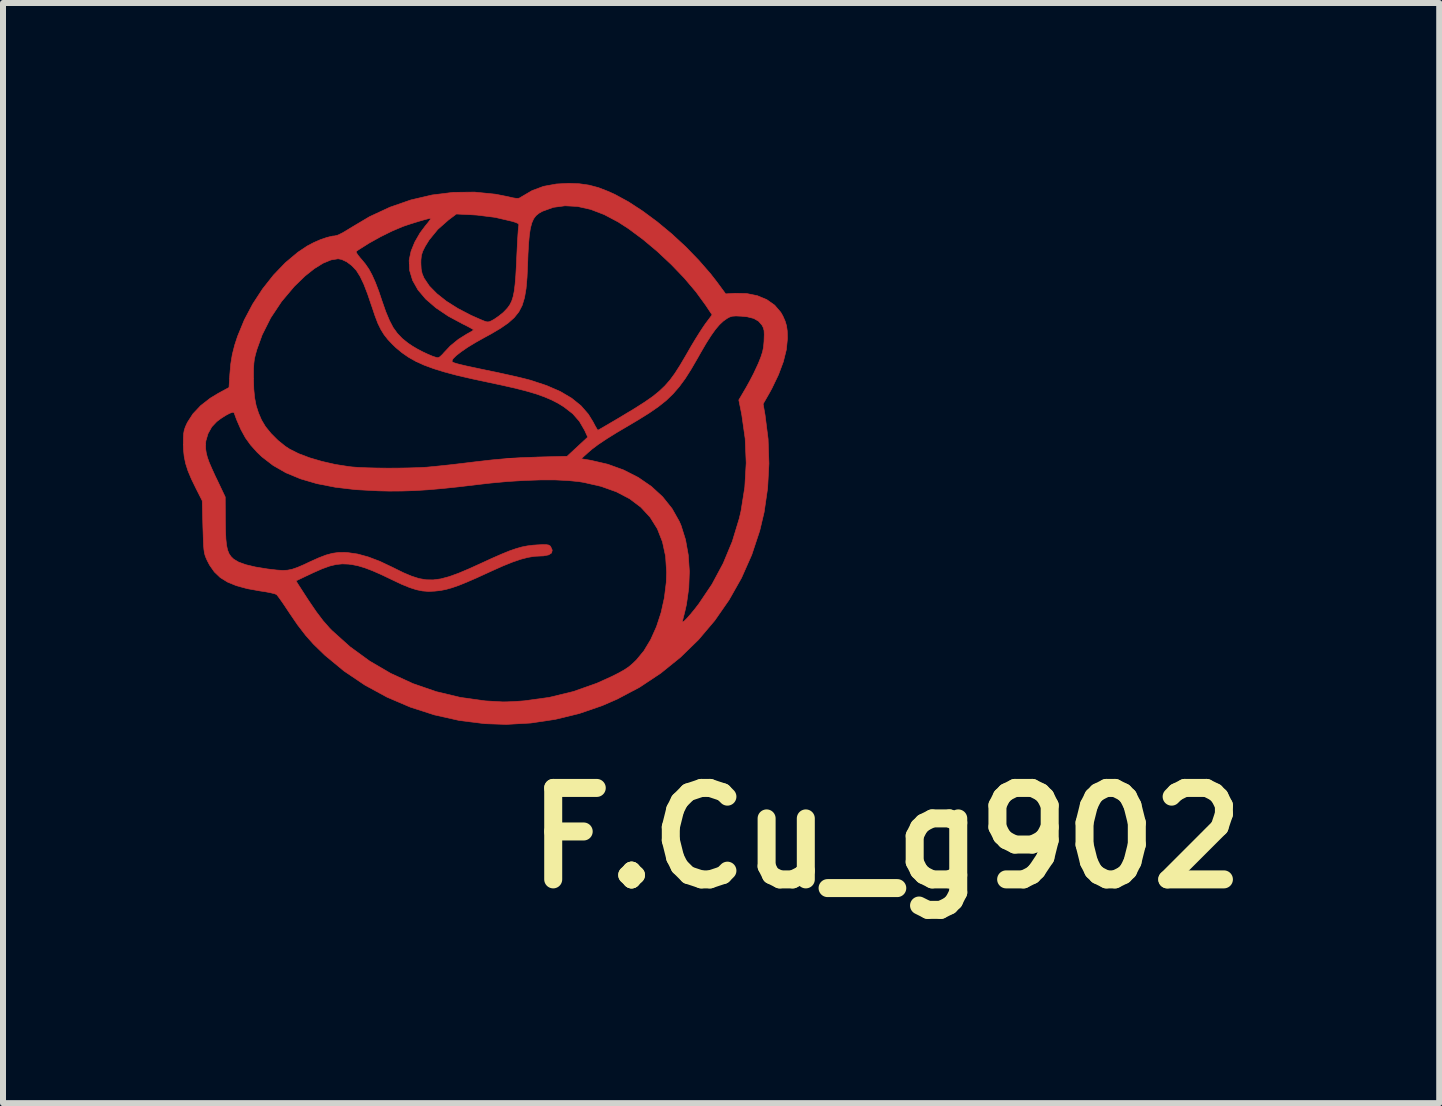
<source format=kicad_pcb>
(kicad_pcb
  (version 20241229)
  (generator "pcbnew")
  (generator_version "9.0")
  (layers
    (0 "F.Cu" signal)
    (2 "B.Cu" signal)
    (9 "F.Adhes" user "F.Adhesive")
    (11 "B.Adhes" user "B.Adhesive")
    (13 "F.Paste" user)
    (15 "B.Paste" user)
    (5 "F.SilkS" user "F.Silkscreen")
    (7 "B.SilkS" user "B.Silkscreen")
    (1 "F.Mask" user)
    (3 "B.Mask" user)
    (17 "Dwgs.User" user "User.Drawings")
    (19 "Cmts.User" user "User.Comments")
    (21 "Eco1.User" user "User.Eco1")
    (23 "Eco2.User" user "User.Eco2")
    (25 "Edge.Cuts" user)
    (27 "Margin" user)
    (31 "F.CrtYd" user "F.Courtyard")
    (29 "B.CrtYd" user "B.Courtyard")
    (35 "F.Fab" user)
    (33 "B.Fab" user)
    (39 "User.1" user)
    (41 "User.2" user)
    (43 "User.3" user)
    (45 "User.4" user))
  (footprint "F.Cu_g902"
    (layer "F.Cu")
    (at 11.72 10.914)
    (property "Reference" "F.Cu_g902" (at 0 0 0) (layer "F.SilkS") (effects (font (size 1.524 1.524) (thickness 0.3))))
    (attr through_hole)
    (fp_poly (pts (xy -5.115 -10.902) (xy -4.954 -10.879) (xy -4.796 -10.837) (xy -4.627 -10.771) (xy -4.52 -10.722) (xy -4.296 -10.6) (xy -4.06 -10.446) (xy -3.818 -10.267) (xy -3.577 -10.067) (xy -3.344 -9.852) (xy -3.127 -9.628) (xy -2.93 -9.402) (xy -2.826 -9.268) (xy -2.678 -9.067) (xy -2.524 -9.077) (xy -2.329 -9.073) (xy -2.151 -9.037) (xy -1.994 -8.972) (xy -1.862 -8.879) (xy -1.76 -8.76) (xy -1.726 -8.701) (xy -1.688 -8.615) (xy -1.664 -8.536) (xy -1.652 -8.45) (xy -1.649 -8.339) (xy -1.649 -8.319) (xy -1.667 -8.138) (xy -1.717 -7.937) (xy -1.798 -7.72) (xy -1.908 -7.491) (xy -1.958 -7.4) (xy -2.054 -7.233) (xy -2.022 -7.051) (xy -1.971 -6.649) (xy -1.957 -6.239) (xy -1.979 -5.83) (xy -2.037 -5.43) (xy -2.11 -5.122) (xy -2.243 -4.72) (xy -2.414 -4.334) (xy -2.621 -3.968) (xy -2.86 -3.624) (xy -3.131 -3.304) (xy -3.432 -3.011) (xy -3.759 -2.747) (xy -4.111 -2.513) (xy -4.487 -2.314) (xy -4.735 -2.206) (xy -5.119 -2.074) (xy -5.518 -1.977) (xy -5.926 -1.916) (xy -6.333 -1.893) (xy -6.689 -1.905) (xy -7.114 -1.958) (xy -7.53 -2.051) (xy -7.933 -2.181) (xy -8.321 -2.347) (xy -8.69 -2.548) (xy -9.037 -2.782) (xy -9.359 -3.048) (xy -9.549 -3.233) (xy -9.676 -3.376) (xy -9.81 -3.55) (xy -9.931 -3.727) (xy -9.999 -3.829) (xy -10.06 -3.92) (xy -10.111 -3.992) (xy -10.147 -4.04) (xy -10.161 -4.057) (xy -10.194 -4.07) (xy -10.258 -4.086) (xy -10.345 -4.103) (xy -10.431 -4.116) (xy -10.649 -4.155) (xy -10.83 -4.204) (xy -10.979 -4.265) (xy -11.1 -4.34) (xy -11.198 -4.434) (xy -11.278 -4.548) (xy -11.318 -4.625) (xy -11.338 -4.67) (xy -11.353 -4.71) (xy -11.364 -4.754) (xy -11.372 -4.809) (xy -11.378 -4.88) (xy -11.382 -4.977) (xy -11.386 -5.104) (xy -11.389 -5.186) (xy -11.4 -5.62) (xy -11.501 -5.819) (xy -11.58 -5.981) (xy -11.638 -6.119) (xy -11.677 -6.241) (xy -11.701 -6.358) (xy -11.713 -6.479) (xy -11.715 -6.552) (xy -11.345 -6.552) (xy -11.343 -6.483) (xy -11.333 -6.416) (xy -11.315 -6.345) (xy -11.285 -6.26) (xy -11.24 -6.156) (xy -11.18 -6.024) (xy -11.158 -5.98) (xy -11.017 -5.683) (xy -11.015 -5.287) (xy -11.012 -5.116) (xy -11.006 -4.982) (xy -10.995 -4.878) (xy -10.978 -4.799) (xy -10.953 -4.737) (xy -10.92 -4.689) (xy -10.877 -4.647) (xy -10.795 -4.598) (xy -10.673 -4.554) (xy -10.513 -4.516) (xy -10.317 -4.484) (xy -10.276 -4.479) (xy -10.156 -4.465) (xy -10.06 -4.459) (xy -9.978 -4.463) (xy -9.9 -4.479) (xy -9.813 -4.509) (xy -9.708 -4.554) (xy -9.609 -4.601) (xy -9.46 -4.668) (xy -9.338 -4.715) (xy -9.231 -4.744) (xy -9.13 -4.758) (xy -9.025 -4.759) (xy -8.976 -4.756) (xy -8.81 -4.732) (xy -8.635 -4.684) (xy -8.442 -4.611) (xy -8.227 -4.509) (xy -8.203 -4.497) (xy -8.049 -4.421) (xy -7.914 -4.364) (xy -7.79 -4.324) (xy -7.671 -4.303) (xy -7.552 -4.301) (xy -7.426 -4.318) (xy -7.287 -4.355) (xy -7.129 -4.412) (xy -6.947 -4.489) (xy -6.747 -4.58) (xy -6.564 -4.664) (xy -6.411 -4.731) (xy -6.284 -4.783) (xy -6.174 -4.821) (xy -6.077 -4.849) (xy -5.986 -4.867) (xy -5.893 -4.879) (xy -5.823 -4.884) (xy -5.728 -4.889) (xy -5.666 -4.888) (xy -5.629 -4.882) (xy -5.606 -4.869) (xy -5.595 -4.857) (xy -5.568 -4.797) (xy -5.579 -4.75) (xy -5.628 -4.718) (xy -5.713 -4.701) (xy -5.766 -4.699) (xy -5.867 -4.694) (xy -5.974 -4.676) (xy -6.093 -4.645) (xy -6.23 -4.598) (xy -6.389 -4.534) (xy -6.577 -4.45) (xy -6.651 -4.416) (xy -6.839 -4.33) (xy -6.996 -4.262) (xy -7.127 -4.209) (xy -7.24 -4.17) (xy -7.34 -4.142) (xy -7.432 -4.124) (xy -7.524 -4.114) (xy -7.63 -4.109) (xy -7.731 -4.117) (xy -7.834 -4.138) (xy -7.948 -4.175) (xy -8.082 -4.23) (xy -8.242 -4.306) (xy -8.244 -4.307) (xy -8.42 -4.391) (xy -8.566 -4.455) (xy -8.69 -4.502) (xy -8.799 -4.535) (xy -8.901 -4.556) (xy -8.963 -4.564) (xy -9.066 -4.568) (xy -9.168 -4.558) (xy -9.276 -4.532) (xy -9.401 -4.487) (xy -9.551 -4.421) (xy -9.578 -4.408) (xy -9.672 -4.364) (xy -9.751 -4.326) (xy -9.808 -4.299) (xy -9.835 -4.286) (xy -9.837 -4.286) (xy -9.827 -4.268) (xy -9.798 -4.221) (xy -9.752 -4.15) (xy -9.694 -4.06) (xy -9.627 -3.957) (xy -9.501 -3.772) (xy -9.386 -3.62) (xy -9.277 -3.496) (xy -9.241 -3.459) (xy -8.938 -3.187) (xy -8.61 -2.948) (xy -8.259 -2.743) (xy -7.889 -2.573) (xy -7.501 -2.439) (xy -7.099 -2.343) (xy -6.685 -2.285) (xy -6.392 -2.268) (xy -6.322 -2.269) (xy -6.225 -2.273) (xy -6.114 -2.28) (xy -6.032 -2.286) (xy -5.619 -2.343) (xy -5.216 -2.441) (xy -4.825 -2.579) (xy -4.575 -2.692) (xy -4.456 -2.752) (xy -4.366 -2.803) (xy -4.294 -2.851) (xy -4.23 -2.905) (xy -4.167 -2.965) (xy -4.04 -3.119) (xy -3.927 -3.307) (xy -3.831 -3.521) (xy -3.754 -3.756) (xy -3.699 -4.004) (xy -3.668 -4.258) (xy -3.662 -4.427) (xy -3.679 -4.694) (xy -3.731 -4.935) (xy -3.816 -5.152) (xy -3.936 -5.344) (xy -4.09 -5.511) (xy -4.278 -5.653) (xy -4.5 -5.769) (xy -4.755 -5.86) (xy -5.044 -5.926) (xy -5.125 -5.939) (xy -5.305 -5.957) (xy -5.52 -5.967) (xy -5.764 -5.967) (xy -6.029 -5.958) (xy -6.309 -5.941) (xy -6.599 -5.914) (xy -6.826 -5.888) (xy -7.127 -5.852) (xy -7.394 -5.824) (xy -7.635 -5.803) (xy -7.86 -5.789) (xy -8.074 -5.782) (xy -8.288 -5.781) (xy -8.465 -5.785) (xy -8.842 -5.805) (xy -9.182 -5.845) (xy -9.489 -5.905) (xy -9.762 -5.985) (xy -10.006 -6.086) (xy -10.22 -6.209) (xy -10.408 -6.354) (xy -10.488 -6.431) (xy -10.593 -6.548) (xy -10.681 -6.67) (xy -10.756 -6.807) (xy -10.827 -6.97) (xy -10.87 -7.088) (xy -10.892 -7.095) (xy -10.941 -7.078) (xy -11.009 -7.042) (xy -11.09 -6.99) (xy -11.158 -6.939) (xy -11.241 -6.851) (xy -11.304 -6.738) (xy -11.34 -6.616) (xy -11.345 -6.552) (xy -11.715 -6.552) (xy -11.715 -6.562) (xy -11.714 -6.665) (xy -11.71 -6.738) (xy -11.7 -6.795) (xy -11.682 -6.849) (xy -11.653 -6.913) (xy -11.647 -6.925) (xy -11.555 -7.068) (xy -11.426 -7.205) (xy -11.265 -7.33) (xy -11.133 -7.41) (xy -10.954 -7.507) (xy -10.941 -7.711) (xy -10.546 -7.711) (xy -10.546 -7.658) (xy -10.541 -7.481) (xy -10.527 -7.335) (xy -10.502 -7.206) (xy -10.463 -7.084) (xy -10.413 -6.967) (xy -10.347 -6.856) (xy -10.252 -6.739) (xy -10.139 -6.626) (xy -10.017 -6.528) (xy -9.942 -6.479) (xy -9.792 -6.404) (xy -9.609 -6.335) (xy -9.403 -6.275) (xy -9.184 -6.225) (xy -8.961 -6.19) (xy -8.901 -6.183) (xy -8.792 -6.175) (xy -8.651 -6.169) (xy -8.487 -6.165) (xy -8.309 -6.163) (xy -8.128 -6.164) (xy -7.954 -6.167) (xy -7.795 -6.172) (xy -7.662 -6.179) (xy -7.631 -6.182) (xy -7.535 -6.191) (xy -7.408 -6.204) (xy -7.258 -6.22) (xy -7.095 -6.239) (xy -6.93 -6.259) (xy -6.847 -6.269) (xy -6.577 -6.3) (xy -6.354 -6.32) (xy -5.085 -6.32) (xy -4.927 -6.294) (xy -4.642 -6.228) (xy -4.377 -6.132) (xy -4.134 -6.008) (xy -3.917 -5.859) (xy -3.728 -5.685) (xy -3.572 -5.49) (xy -3.451 -5.276) (xy -3.42 -5.204) (xy -3.347 -4.971) (xy -3.301 -4.715) (xy -3.283 -4.443) (xy -3.293 -4.167) (xy -3.331 -3.894) (xy -3.357 -3.778) (xy -3.376 -3.703) (xy -3.392 -3.64) (xy -3.399 -3.609) (xy -3.394 -3.598) (xy -3.367 -3.617) (xy -3.322 -3.662) (xy -3.264 -3.728) (xy -3.194 -3.813) (xy -3.124 -3.904) (xy -2.906 -4.228) (xy -2.719 -4.577) (xy -2.567 -4.943) (xy -2.452 -5.322) (xy -2.422 -5.45) (xy -2.359 -5.847) (xy -2.336 -6.25) (xy -2.353 -6.655) (xy -2.41 -7.055) (xy -2.414 -7.076) (xy -2.459 -7.299) (xy -2.339 -7.503) (xy -2.277 -7.615) (xy -2.211 -7.742) (xy -2.154 -7.864) (xy -2.132 -7.912) (xy -2.09 -8.018) (xy -2.063 -8.102) (xy -2.047 -8.181) (xy -2.039 -8.27) (xy -2.038 -8.297) (xy -2.035 -8.391) (xy -2.038 -8.455) (xy -2.05 -8.502) (xy -2.071 -8.543) (xy -2.072 -8.545) (xy -2.13 -8.612) (xy -2.21 -8.658) (xy -2.318 -8.685) (xy -2.417 -8.695) (xy -2.506 -8.699) (xy -2.566 -8.695) (xy -2.612 -8.681) (xy -2.653 -8.659) (xy -2.718 -8.613) (xy -2.782 -8.553) (xy -2.849 -8.474) (xy -2.921 -8.373) (xy -3.003 -8.244) (xy -3.097 -8.083) (xy -3.143 -8.001) (xy -3.251 -7.815) (xy -3.351 -7.657) (xy -3.451 -7.521) (xy -3.555 -7.401) (xy -3.669 -7.291) (xy -3.801 -7.186) (xy -3.955 -7.08) (xy -4.138 -6.966) (xy -4.286 -6.878) (xy -4.49 -6.758) (xy -4.659 -6.653) (xy -4.797 -6.561) (xy -4.906 -6.479) (xy -4.971 -6.423) (xy -5.085 -6.32) (xy -6.354 -6.32) (xy -6.328 -6.323) (xy -6.085 -6.338) (xy -5.827 -6.347) (xy -5.819 -6.348) (xy -5.32 -6.361) (xy -4.976 -6.68) (xy -5.029 -6.795) (xy -5.115 -6.943) (xy -5.226 -7.07) (xy -5.372 -7.183) (xy -5.373 -7.184) (xy -5.472 -7.245) (xy -5.579 -7.3) (xy -5.699 -7.351) (xy -5.836 -7.4) (xy -5.996 -7.447) (xy -6.183 -7.495) (xy -6.404 -7.545) (xy -6.615 -7.59) (xy -6.9 -7.651) (xy -7.148 -7.708) (xy -7.362 -7.765) (xy -7.546 -7.822) (xy -7.706 -7.881) (xy -7.843 -7.944) (xy -7.851 -7.948) (xy -7.239 -7.948) (xy -7.236 -7.938) (xy -7.224 -7.928) (xy -7.198 -7.917) (xy -7.156 -7.904) (xy -7.093 -7.888) (xy -7.005 -7.867) (xy -6.888 -7.842) (xy -6.738 -7.81) (xy -6.551 -7.771) (xy -6.52 -7.765) (xy -6.378 -7.734) (xy -6.237 -7.703) (xy -6.108 -7.673) (xy -5.999 -7.646) (xy -5.927 -7.627) (xy -5.661 -7.539) (xy -5.435 -7.441) (xy -5.245 -7.329) (xy -5.09 -7.204) (xy -4.967 -7.063) (xy -4.889 -6.936) (xy -4.853 -6.868) (xy -4.824 -6.818) (xy -4.809 -6.795) (xy -4.808 -6.795) (xy -4.789 -6.805) (xy -4.738 -6.834) (xy -4.661 -6.879) (xy -4.564 -6.936) (xy -4.45 -7.003) (xy -4.374 -7.049) (xy -4.185 -7.163) (xy -4.027 -7.264) (xy -3.896 -7.355) (xy -3.786 -7.444) (xy -3.691 -7.534) (xy -3.605 -7.632) (xy -3.523 -7.744) (xy -3.44 -7.874) (xy -3.349 -8.028) (xy -3.32 -8.078) (xy -3.25 -8.2) (xy -3.177 -8.321) (xy -3.108 -8.431) (xy -3.049 -8.521) (xy -3.013 -8.573) (xy -2.904 -8.718) (xy -3.012 -8.88) (xy -3.173 -9.101) (xy -3.366 -9.329) (xy -3.583 -9.555) (xy -3.815 -9.773) (xy -4.056 -9.975) (xy -4.296 -10.153) (xy -4.469 -10.265) (xy -4.701 -10.388) (xy -4.928 -10.475) (xy -5.147 -10.524) (xy -5.355 -10.535) (xy -5.55 -10.509) (xy -5.73 -10.444) (xy -5.731 -10.444) (xy -5.79 -10.41) (xy -5.839 -10.37) (xy -5.878 -10.318) (xy -5.908 -10.25) (xy -5.932 -10.161) (xy -5.949 -10.048) (xy -5.962 -9.905) (xy -5.972 -9.728) (xy -5.978 -9.557) (xy -5.988 -9.338) (xy -6.004 -9.155) (xy -6.03 -9.003) (xy -6.069 -8.875) (xy -6.125 -8.767) (xy -6.202 -8.671) (xy -6.302 -8.582) (xy -6.429 -8.494) (xy -6.586 -8.401) (xy -6.693 -8.343) (xy -6.843 -8.259) (xy -6.975 -8.179) (xy -7.084 -8.104) (xy -7.168 -8.039) (xy -7.221 -7.986) (xy -7.239 -7.948) (xy -7.851 -7.948) (xy -7.964 -8.012) (xy -8.072 -8.087) (xy -8.172 -8.17) (xy -8.226 -8.222) (xy -8.305 -8.305) (xy -8.369 -8.386) (xy -8.423 -8.473) (xy -8.473 -8.575) (xy -8.521 -8.701) (xy -8.574 -8.859) (xy -8.577 -8.866) (xy -8.645 -9.067) (xy -8.708 -9.23) (xy -8.769 -9.357) (xy -8.829 -9.453) (xy -8.835 -9.461) (xy -8.908 -9.538) (xy -8.992 -9.601) (xy -9.077 -9.641) (xy -9.136 -9.652) (xy -9.254 -9.633) (xy -9.387 -9.578) (xy -9.532 -9.488) (xy -9.687 -9.365) (xy -9.847 -9.21) (xy -9.865 -9.193) (xy -10.079 -8.939) (xy -10.259 -8.668) (xy -10.402 -8.383) (xy -10.49 -8.139) (xy -10.514 -8.054) (xy -10.531 -7.982) (xy -10.54 -7.908) (xy -10.545 -7.822) (xy -10.546 -7.711) (xy -10.941 -7.711) (xy -10.941 -7.717) (xy -10.925 -7.899) (xy -10.899 -8.058) (xy -10.859 -8.215) (xy -10.811 -8.361) (xy -10.699 -8.633) (xy -10.559 -8.898) (xy -10.395 -9.149) (xy -10.213 -9.38) (xy -10.016 -9.585) (xy -9.81 -9.758) (xy -9.785 -9.775) (xy -8.835 -9.775) (xy -8.832 -9.754) (xy -8.804 -9.712) (xy -8.759 -9.656) (xy -8.75 -9.647) (xy -8.683 -9.566) (xy -8.623 -9.479) (xy -8.569 -9.379) (xy -8.515 -9.258) (xy -8.458 -9.109) (xy -8.405 -8.951) (xy -8.342 -8.771) (xy -8.281 -8.625) (xy -8.219 -8.506) (xy -8.149 -8.409) (xy -8.068 -8.324) (xy -7.971 -8.246) (xy -7.895 -8.195) (xy -7.819 -8.15) (xy -7.73 -8.103) (xy -7.64 -8.061) (xy -7.559 -8.027) (xy -7.497 -8.007) (xy -7.472 -8.003) (xy -7.441 -8.018) (xy -7.398 -8.058) (xy -7.372 -8.088) (xy -7.265 -8.201) (xy -7.133 -8.309) (xy -6.996 -8.395) (xy -6.991 -8.398) (xy -6.931 -8.431) (xy -6.891 -8.456) (xy -6.879 -8.468) (xy -6.897 -8.481) (xy -6.945 -8.508) (xy -7.013 -8.544) (xy -7.053 -8.563) (xy -7.299 -8.695) (xy -7.507 -8.835) (xy -7.676 -8.981) (xy -7.806 -9.135) (xy -7.895 -9.293) (xy -7.944 -9.456) (xy -7.95 -9.578) (xy -7.757 -9.578) (xy -7.752 -9.481) (xy -7.736 -9.405) (xy -7.705 -9.331) (xy -7.701 -9.324) (xy -7.615 -9.197) (xy -7.49 -9.07) (xy -7.331 -8.944) (xy -7.139 -8.823) (xy -6.92 -8.709) (xy -6.773 -8.644) (xy -6.701 -8.614) (xy -6.655 -8.6) (xy -6.619 -8.602) (xy -6.58 -8.619) (xy -6.532 -8.646) (xy -6.461 -8.695) (xy -6.386 -8.755) (xy -6.362 -8.779) (xy -6.314 -8.83) (xy -6.275 -8.884) (xy -6.244 -8.945) (xy -6.22 -9.019) (xy -6.201 -9.112) (xy -6.187 -9.227) (xy -6.175 -9.372) (xy -6.165 -9.551) (xy -6.16 -9.67) (xy -6.153 -9.81) (xy -6.147 -9.939) (xy -6.14 -10.048) (xy -6.134 -10.132) (xy -6.129 -10.184) (xy -6.127 -10.195) (xy -6.124 -10.222) (xy -6.139 -10.241) (xy -6.181 -10.259) (xy -6.236 -10.276) (xy -6.518 -10.342) (xy -6.821 -10.38) (xy -6.921 -10.386) (xy -7.165 -10.398) (xy -7.297 -10.299) (xy -7.475 -10.142) (xy -7.619 -9.966) (xy -7.688 -9.854) (xy -7.727 -9.775) (xy -7.748 -9.708) (xy -7.756 -9.633) (xy -7.757 -9.578) (xy -7.95 -9.578) (xy -7.952 -9.623) (xy -7.95 -9.64) (xy -7.92 -9.78) (xy -7.858 -9.931) (xy -7.771 -10.082) (xy -7.685 -10.197) (xy -7.635 -10.258) (xy -7.601 -10.304) (xy -7.586 -10.328) (xy -7.586 -10.329) (xy -7.619 -10.323) (xy -7.682 -10.307) (xy -7.764 -10.284) (xy -7.856 -10.256) (xy -7.945 -10.228) (xy -8.023 -10.202) (xy -8.057 -10.19) (xy -8.235 -10.115) (xy -8.429 -10.019) (xy -8.621 -9.912) (xy -8.797 -9.801) (xy -8.835 -9.775) (xy -9.785 -9.775) (xy -9.652 -9.864) (xy -9.544 -9.921) (xy -9.43 -9.971) (xy -9.321 -10.008) (xy -9.229 -10.03) (xy -9.191 -10.033) (xy -9.138 -10.047) (xy -9.059 -10.086) (xy -8.956 -10.148) (xy -8.941 -10.158) (xy -8.613 -10.353) (xy -8.273 -10.511) (xy -7.925 -10.632) (xy -7.571 -10.715) (xy -7.216 -10.759) (xy -6.862 -10.763) (xy -6.513 -10.728) (xy -6.311 -10.688) (xy -6.225 -10.668) (xy -6.169 -10.659) (xy -6.133 -10.659) (xy -6.106 -10.668) (xy -6.078 -10.686) (xy -5.904 -10.788) (xy -5.713 -10.859) (xy -5.499 -10.898) (xy -5.292 -10.909) (xy -5.115 -10.902)) (stroke (width 0.01) (type solid)) (fill yes) (layer "F.Cu")))
  (gr_rect
    (start -3 -3)
    (end 20.932 15.332)
    (stroke (width 0.1) (type default))
    (fill no)
    (layer "Edge.Cuts")))
</source>
